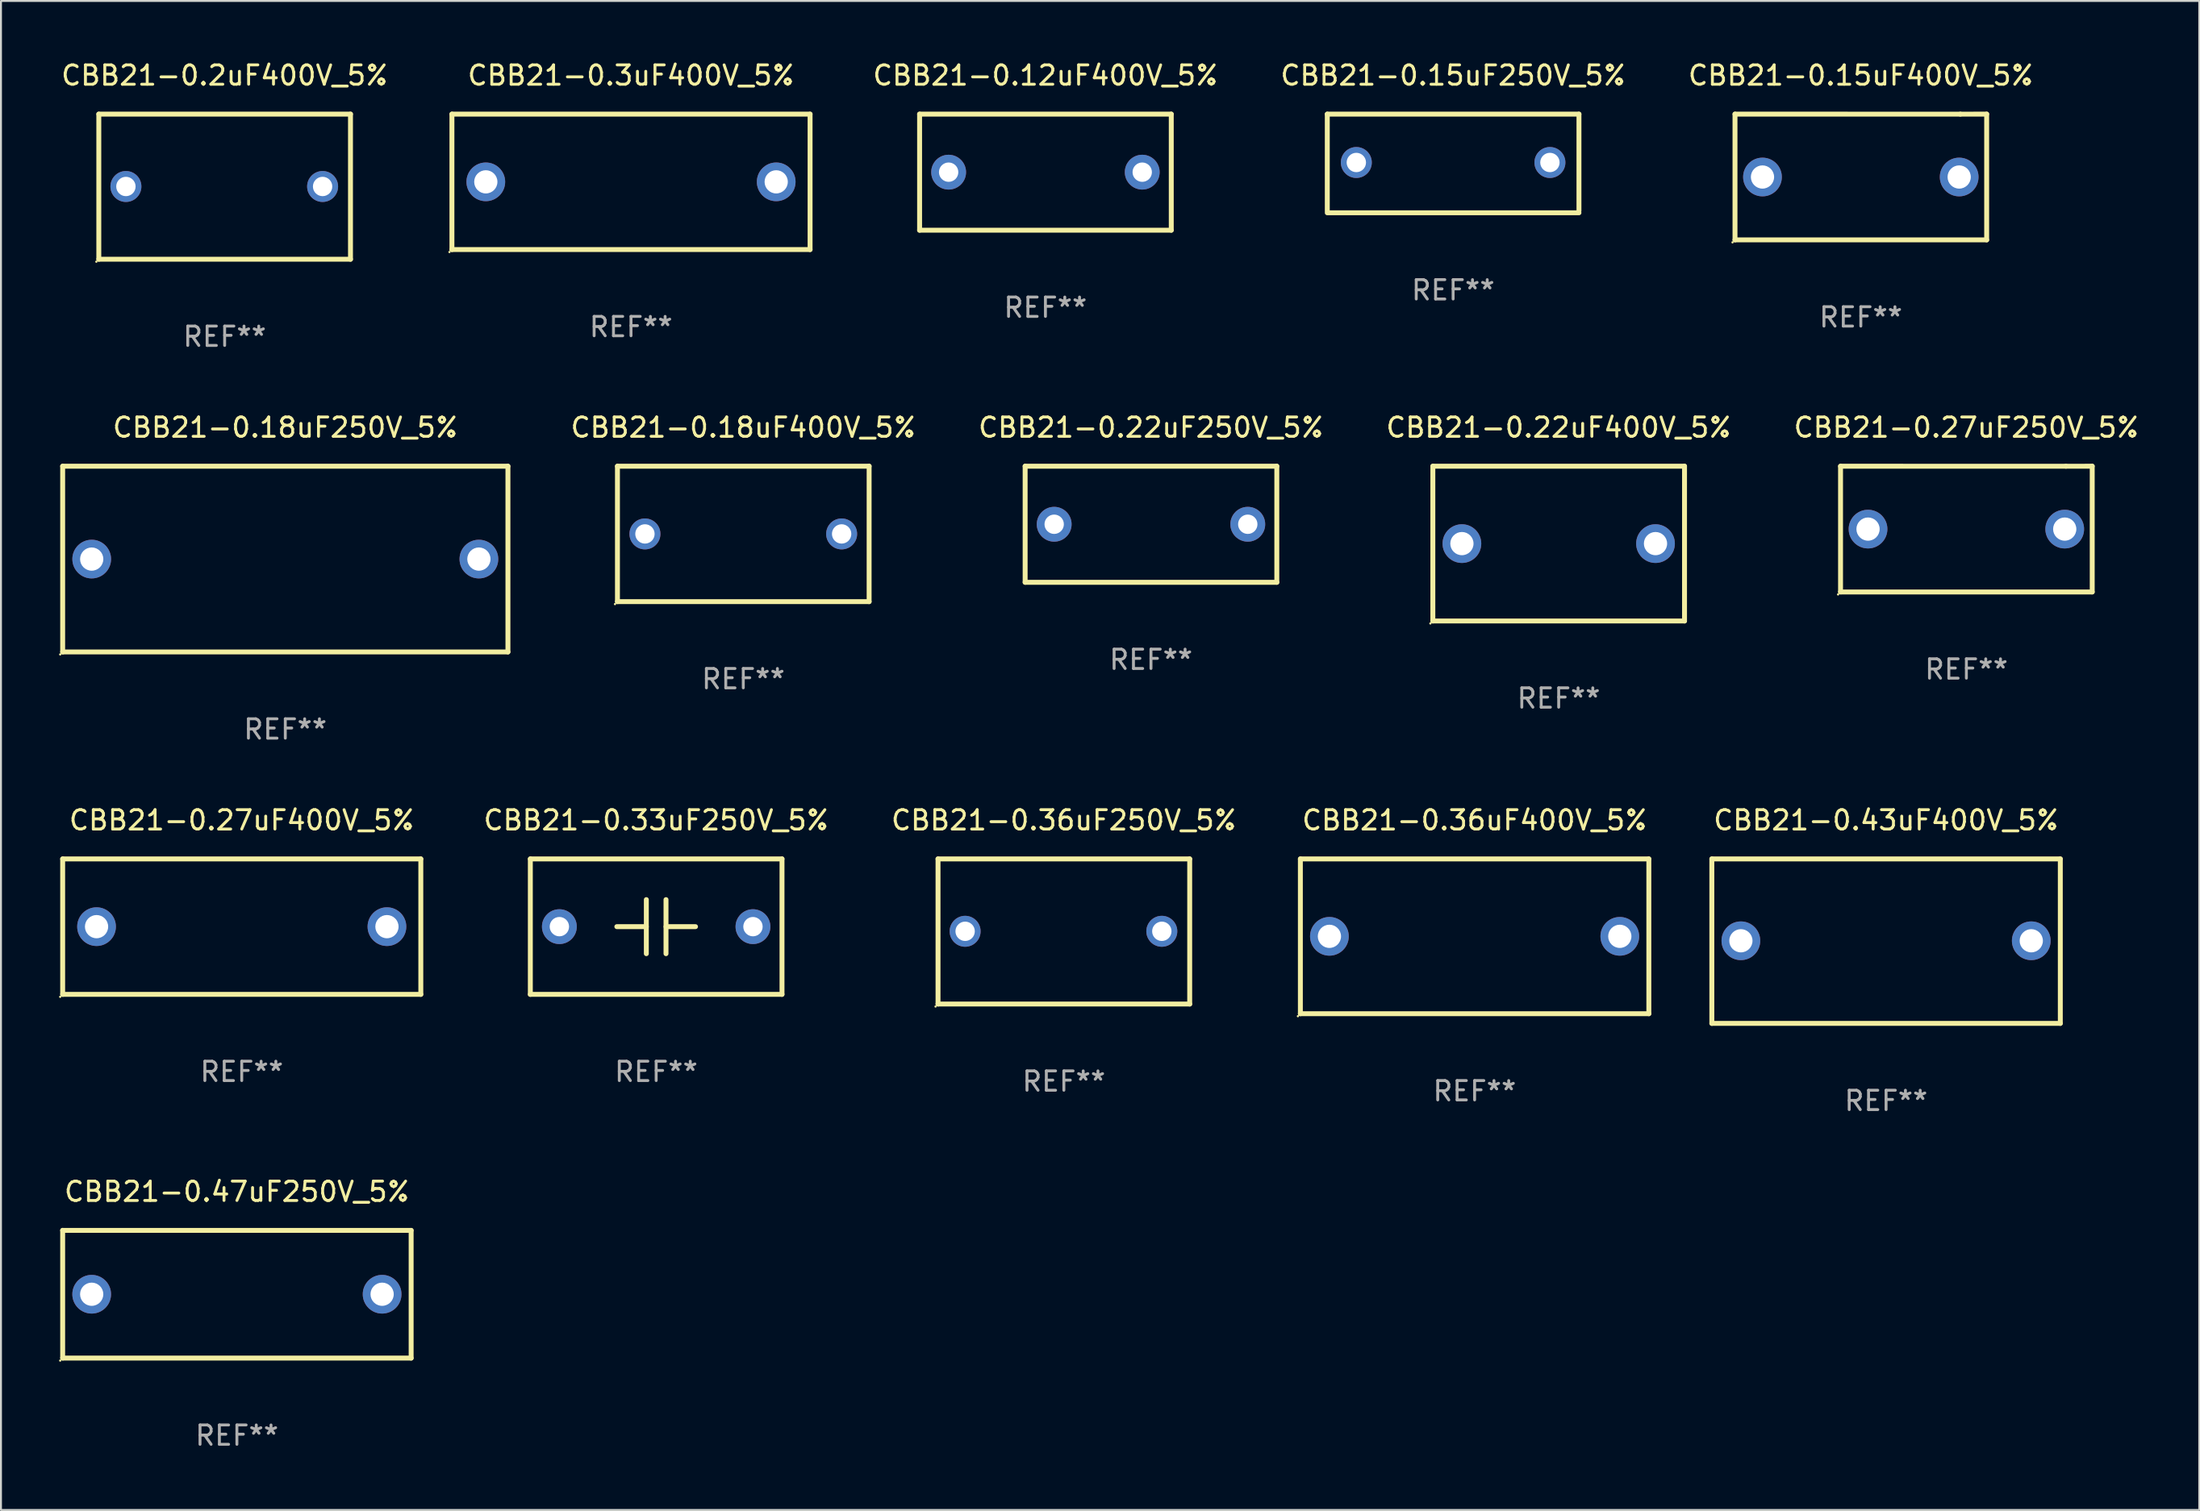
<source format=kicad_pcb>
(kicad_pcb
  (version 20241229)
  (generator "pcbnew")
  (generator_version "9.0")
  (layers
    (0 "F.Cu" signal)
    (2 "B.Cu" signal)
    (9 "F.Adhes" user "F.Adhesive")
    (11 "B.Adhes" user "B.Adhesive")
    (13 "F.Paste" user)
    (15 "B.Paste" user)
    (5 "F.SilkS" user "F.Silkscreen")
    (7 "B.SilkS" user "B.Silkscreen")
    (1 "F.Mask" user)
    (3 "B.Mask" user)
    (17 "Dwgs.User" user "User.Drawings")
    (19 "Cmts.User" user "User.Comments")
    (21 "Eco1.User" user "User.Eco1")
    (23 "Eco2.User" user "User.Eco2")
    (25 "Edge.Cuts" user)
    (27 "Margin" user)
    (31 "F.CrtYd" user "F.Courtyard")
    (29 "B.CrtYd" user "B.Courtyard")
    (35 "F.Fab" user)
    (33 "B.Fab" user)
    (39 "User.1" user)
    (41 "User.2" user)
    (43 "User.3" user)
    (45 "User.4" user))
  (footprint "CBB21-0.15uF400V_5%"
    (layer "F.Cu")
    (at 93.07 6.098)
    (property "Reference" "CBB21-0.15uF400V_5%" (at 0 -5.25 0) (layer "F.SilkS") (effects (font (size 1 1) (thickness 0.15))))
    (attr through_hole)
    (fp_line (start -6.5 -3.25) (end 5.141 -3.249) (stroke (width 0.254) (type solid)) (layer "F.SilkS"))
    (fp_line (start -6.5 3.25) (end -6.5 -3.25) (stroke (width 0.254) (type solid)) (layer "F.SilkS"))
    (fp_line (start -6.5 3.25) (end 6.5 3.25) (stroke (width 0.254) (type solid)) (layer "F.SilkS"))
    (fp_line (start 5.141 -3.249) (end 6.5 -3.25) (stroke (width 0.254) (type solid)) (layer "F.SilkS"))
    (fp_line (start 6.5 -3.25) (end 6.5 3.25) (stroke (width 0.254) (type solid)) (layer "F.SilkS"))
    (fp_circle (center -6.627 3.377) (end -6.597 3.377) (stroke (width 0.06) (type solid)) (fill no) (layer "F.SilkS"))
    (fp_text user "REF**" (at 0 7.25 0) (layer "F.Fab") (effects (font (size 1 1) (thickness 0.15))))
    (pad "1" thru_hole circle (at -5.08 0) (size 2 2) (drill 1.2) (layers "*.Cu" "*.Mask"))
    (pad "2" thru_hole circle (at 5.08 0) (size 2 2) (drill 1.2) (layers "*.Cu" "*.Mask")))
  (footprint "CBB21-0.22uF250V_5%"
    (layer "F.Cu")
    (at 56.403 24.045)
    (property "Reference" "CBB21-0.22uF250V_5%" (at 0 -5 0) (layer "F.SilkS") (effects (font (size 1 1) (thickness 0.15))))
    (attr through_hole)
    (fp_line (start -6.5 -3) (end 6.5 -3) (stroke (width 0.254) (type solid)) (layer "F.SilkS"))
    (fp_line (start -6.5 3) (end -6.5 -3) (stroke (width 0.254) (type solid)) (layer "F.SilkS"))
    (fp_line (start 6.5 -3) (end 6.5 3) (stroke (width 0.254) (type solid)) (layer "F.SilkS"))
    (fp_line (start 6.5 3) (end -6.5 3) (stroke (width 0.254) (type solid)) (layer "F.SilkS"))
    (fp_circle (center -6.5 3) (end -6.47 3) (stroke (width 0.06) (type solid)) (fill no) (layer "F.SilkS"))
    (fp_text user "REF**" (at 0 7 0) (layer "F.Fab") (effects (font (size 1 1) (thickness 0.15))))
    (pad "1" thru_hole circle (at -5 0) (size 1.8 1.8) (drill 1) (layers "*.Cu" "*.Mask"))
    (pad "2" thru_hole circle (at 5 0) (size 1.8 1.8) (drill 1) (layers "*.Cu" "*.Mask")))
  (footprint "CBB21-0.22uF400V_5%"
    (layer "F.Cu")
    (at 77.463 25.045)
    (property "Reference" "CBB21-0.22uF400V_5%" (at 0 -6 0) (layer "F.SilkS") (effects (font (size 1 1) (thickness 0.15))))
    (attr through_hole)
    (fp_line (start -6.5 -4) (end -6.5 4) (stroke (width 0.254) (type solid)) (layer "F.SilkS"))
    (fp_line (start -6.5 -4) (end 6.5 -4) (stroke (width 0.254) (type solid)) (layer "F.SilkS"))
    (fp_line (start 6.5 4) (end -6.5 4) (stroke (width 0.254) (type solid)) (layer "F.SilkS"))
    (fp_line (start 6.5 4) (end 6.5 -4) (stroke (width 0.254) (type solid)) (layer "F.SilkS"))
    (fp_circle (center -6.627 4.127) (end -6.597 4.127) (stroke (width 0.06) (type solid)) (fill no) (layer "F.SilkS"))
    (fp_text user "REF**" (at 0 8 0) (layer "F.Fab") (effects (font (size 1 1) (thickness 0.15))))
    (pad "1" thru_hole circle (at -4.999 0) (size 2 2) (drill 1.2) (layers "*.Cu" "*.Mask"))
    (pad "2" thru_hole circle (at 5.001 0) (size 2 2) (drill 1.2) (layers "*.Cu" "*.Mask")))
  (footprint "CBB21-0.33uF250V_5%"
    (layer "F.Cu")
    (at 30.844 44.842)
    (property "Reference" "CBB21-0.33uF250V_5%" (at 0 -5.5 0) (layer "F.SilkS") (effects (font (size 1 1) (thickness 0.15))))
    (attr through_hole)
    (fp_line (start -6.5 -3.5) (end -6.5 3.5) (stroke (width 0.254) (type solid)) (layer "F.SilkS"))
    (fp_line (start -6.5 -3.5) (end 6.5 -3.5) (stroke (width 0.254) (type solid)) (layer "F.SilkS"))
    (fp_line (start -6.5 3.5) (end 6.5 3.5) (stroke (width 0.254) (type solid)) (layer "F.SilkS"))
    (fp_line (start -0.508 -0.000025) (end -2.032 -0.000025) (stroke (width 0.254) (type solid)) (layer "F.SilkS"))
    (fp_line (start -0.508 1.397) (end -0.508 -1.397) (stroke (width 0.254) (type solid)) (layer "F.SilkS"))
    (fp_line (start 0.508 -1.397) (end 0.508 1.397) (stroke (width 0.254) (type solid)) (layer "F.SilkS"))
    (fp_line (start 0.508 0.000025) (end 2.032 0.000025) (stroke (width 0.254) (type solid)) (layer "F.SilkS"))
    (fp_line (start 6.5 -3.5) (end 6.5 3.5) (stroke (width 0.254) (type solid)) (layer "F.SilkS"))
    (fp_circle (center -6.5 3.5) (end -6.47 3.5) (stroke (width 0.06) (type solid)) (fill no) (layer "F.SilkS"))
    (fp_text user "REF**" (at 0 7.5 0) (layer "F.Fab") (effects (font (size 1 1) (thickness 0.15))))
    (pad "1" thru_hole circle (at -5 0.000025) (size 1.8 1.8) (drill 1) (layers "*.Cu" "*.Mask"))
    (pad "2" thru_hole circle (at 5 0) (size 1.8 1.8) (drill 1) (layers "*.Cu" "*.Mask")))
  (footprint "CBB21-0.36uF400V_5%"
    (layer "F.Cu")
    (at 73.12 45.342)
    (property "Reference" "CBB21-0.36uF400V_5%" (at 0 -6 0) (layer "F.SilkS") (effects (font (size 1 1) (thickness 0.15))))
    (attr through_hole)
    (fp_line (start -9 -4) (end 9 -4) (stroke (width 0.254) (type solid)) (layer "F.SilkS"))
    (fp_line (start -9 4) (end -9 -4) (stroke (width 0.254) (type solid)) (layer "F.SilkS"))
    (fp_line (start 9 -4) (end 9 4) (stroke (width 0.254) (type solid)) (layer "F.SilkS"))
    (fp_line (start 9 4) (end -9 4) (stroke (width 0.254) (type solid)) (layer "F.SilkS"))
    (fp_circle (center -9.127 4.127) (end -9.097 4.127) (stroke (width 0.06) (type solid)) (fill no) (layer "F.SilkS"))
    (fp_text user "REF**" (at 0 8 0) (layer "F.Fab") (effects (font (size 1 1) (thickness 0.15))))
    (pad "1" thru_hole circle (at -7.5 0) (size 2 2) (drill 1.2) (layers "*.Cu" "*.Mask"))
    (pad "2" thru_hole circle (at 7.5 0) (size 2 2) (drill 1.2) (layers "*.Cu" "*.Mask")))
  (footprint "CBB21-0.18uF400V_5%"
    (layer "F.Cu")
    (at 35.344 24.545)
    (property "Reference" "CBB21-0.18uF400V_5%" (at 0 -5.5 0) (layer "F.SilkS") (effects (font (size 1 1) (thickness 0.15))))
    (attr through_hole)
    (fp_line (start -6.5 -3.5) (end 6.5 -3.5) (stroke (width 0.254) (type solid)) (layer "F.SilkS"))
    (fp_line (start -6.5 3.5) (end -6.5 -3.5) (stroke (width 0.254) (type solid)) (layer "F.SilkS"))
    (fp_line (start 6.5 -3.5) (end 6.5 3.5) (stroke (width 0.254) (type solid)) (layer "F.SilkS"))
    (fp_line (start 6.5 3.5) (end -6.5 3.5) (stroke (width 0.254) (type solid)) (layer "F.SilkS"))
    (fp_circle (center -6.627 3.627) (end -6.597 3.627) (stroke (width 0.06) (type solid)) (fill no) (layer "F.SilkS"))
    (fp_text user "REF**" (at 0 7.5 0) (layer "F.Fab") (effects (font (size 1 1) (thickness 0.15))))
    (pad "1" thru_hole circle (at -5.08 -0.000127) (size 1.6 1.6) (drill 1) (layers "*.Cu" "*.Mask"))
    (pad "2" thru_hole circle (at 5.08 -0.000127) (size 1.6 1.6) (drill 1) (layers "*.Cu" "*.Mask")))
  (footprint "CBB21-0.27uF250V_5%"
    (layer "F.Cu")
    (at 98.522 24.295)
    (property "Reference" "CBB21-0.27uF250V_5%" (at 0 -5.25 0) (layer "F.SilkS") (effects (font (size 1 1) (thickness 0.15))))
    (attr through_hole)
    (fp_line (start -6.5 -3.25) (end 5.141 -3.249) (stroke (width 0.254) (type solid)) (layer "F.SilkS"))
    (fp_line (start -6.5 3.25) (end -6.5 -3.25) (stroke (width 0.254) (type solid)) (layer "F.SilkS"))
    (fp_line (start -6.5 3.25) (end 6.5 3.25) (stroke (width 0.254) (type solid)) (layer "F.SilkS"))
    (fp_line (start 5.141 -3.249) (end 6.5 -3.25) (stroke (width 0.254) (type solid)) (layer "F.SilkS"))
    (fp_line (start 6.5 -3.25) (end 6.5 3.25) (stroke (width 0.254) (type solid)) (layer "F.SilkS"))
    (fp_circle (center -6.627 3.377) (end -6.597 3.377) (stroke (width 0.06) (type solid)) (fill no) (layer "F.SilkS"))
    (fp_text user "REF**" (at 0 7.25 0) (layer "F.Fab") (effects (font (size 1 1) (thickness 0.15))))
    (pad "1" thru_hole circle (at -5.08 0) (size 2 2) (drill 1.2) (layers "*.Cu" "*.Mask"))
    (pad "2" thru_hole circle (at 5.08 0) (size 2 2) (drill 1.2) (layers "*.Cu" "*.Mask")))
  (footprint "CBB21-0.18uF250V_5%"
    (layer "F.Cu")
    (at 11.687 25.845)
    (property "Reference" "CBB21-0.18uF250V_5%" (at 0 -6.8 0) (layer "F.SilkS") (effects (font (size 1 1) (thickness 0.15))))
    (attr through_hole)
    (fp_line (start -11.5 -4.8) (end -11.5 4.8) (stroke (width 0.254) (type solid)) (layer "F.SilkS"))
    (fp_line (start -11.5 -4.8) (end 11.5 -4.8) (stroke (width 0.254) (type solid)) (layer "F.SilkS"))
    (fp_line (start -11.5 4.8) (end 11.5 4.8) (stroke (width 0.254) (type solid)) (layer "F.SilkS"))
    (fp_line (start 11.5 -4.8) (end 11.5 4.8) (stroke (width 0.254) (type solid)) (layer "F.SilkS"))
    (fp_circle (center -11.627 4.927) (end -11.597 4.927) (stroke (width 0.06) (type solid)) (fill no) (layer "F.SilkS"))
    (fp_text user "REF**" (at 0 8.8 0) (layer "F.Fab") (effects (font (size 1 1) (thickness 0.15))))
    (pad "1" thru_hole circle (at -10 0) (size 2 2) (drill 1.2) (layers "*.Cu" "*.Mask"))
    (pad "2" thru_hole circle (at 10 0) (size 2 2) (drill 1.2) (layers "*.Cu" "*.Mask")))
  (footprint "CBB21-0.43uF400V_5%"
    (layer "F.Cu")
    (at 94.374 45.592)
    (property "Reference" "CBB21-0.43uF400V_5%" (at 0 -6.25 0) (layer "F.SilkS") (effects (font (size 1 1) (thickness 0.15))))
    (attr through_hole)
    (fp_line (start -9 -4.25) (end -9 4.25) (stroke (width 0.254) (type solid)) (layer "F.SilkS"))
    (fp_line (start -9 -4.25) (end 9 -4.25) (stroke (width 0.254) (type solid)) (layer "F.SilkS"))
    (fp_line (start -9 4.25) (end 9 4.25) (stroke (width 0.254) (type solid)) (layer "F.SilkS"))
    (fp_line (start 9 -4.25) (end 9 4.25) (stroke (width 0.254) (type solid)) (layer "F.SilkS"))
    (fp_circle (center -9 4.23) (end -8.97 4.23) (stroke (width 0.06) (type solid)) (fill no) (layer "F.SilkS"))
    (fp_text user "REF**" (at 0 8.25 0) (layer "F.Fab") (effects (font (size 1 1) (thickness 0.15))))
    (pad "1" thru_hole circle (at -7.5 -0.02) (size 2 2) (drill 1.2) (layers "*.Cu" "*.Mask"))
    (pad "2" thru_hole circle (at 7.5 -0.02) (size 2 2) (drill 1.2) (layers "*.Cu" "*.Mask")))
  (footprint "CBB21-0.15uF250V_5%"
    (layer "F.Cu")
    (at 72.01 5.398)
    (property "Reference" "CBB21-0.15uF250V_5%" (at 0 -4.55 0) (layer "F.SilkS") (effects (font (size 1 1) (thickness 0.15))))
    (attr through_hole)
    (fp_line (start -6.5 -2.55) (end 6.5 -2.55) (stroke (width 0.254) (type solid)) (layer "F.SilkS"))
    (fp_line (start -6.5 2.45) (end -6.5 -2.55) (stroke (width 0.254) (type solid)) (layer "F.SilkS"))
    (fp_line (start 6.5 -2.55) (end 6.5 2.45) (stroke (width 0.254) (type solid)) (layer "F.SilkS"))
    (fp_line (start 6.5 2.55) (end -6.5 2.55) (stroke (width 0.254) (type solid)) (layer "F.SilkS"))
    (fp_circle (center -6.5 2.45) (end -6.47 2.45) (stroke (width 0.06) (type solid)) (fill no) (layer "F.SilkS"))
    (fp_text user "REF**" (at 0 6.55 0) (layer "F.Fab") (effects (font (size 1 1) (thickness 0.15))))
    (pad "1" thru_hole circle (at -5 -0.05) (size 1.6 1.6) (drill 1) (layers "*.Cu" "*.Mask"))
    (pad "2" thru_hole circle (at 5 -0.05) (size 1.6 1.6) (drill 1) (layers "*.Cu" "*.Mask")))
  (footprint "CBB21-0.2uF400V_5%"
    (layer "F.Cu")
    (at 8.554 6.598)
    (property "Reference" "CBB21-0.2uF400V_5%" (at 0 -5.75 0) (layer "F.SilkS") (effects (font (size 1 1) (thickness 0.15))))
    (attr through_hole)
    (fp_line (start -6.5 -3.75) (end 6.5 -3.75) (stroke (width 0.254) (type solid)) (layer "F.SilkS"))
    (fp_line (start -6.5 3.75) (end -6.5 -3.75) (stroke (width 0.254) (type solid)) (layer "F.SilkS"))
    (fp_line (start 6.5 -3.75) (end 6.5 3.75) (stroke (width 0.254) (type solid)) (layer "F.SilkS"))
    (fp_line (start 6.5 3.75) (end -6.5 3.75) (stroke (width 0.254) (type solid)) (layer "F.SilkS"))
    (fp_circle (center -6.627 3.877) (end -6.597 3.877) (stroke (width 0.06) (type solid)) (fill no) (layer "F.SilkS"))
    (fp_text user "REF**" (at 0 7.75 0) (layer "F.Fab") (effects (font (size 1 1) (thickness 0.15))))
    (pad "1" thru_hole circle (at -5.1 -0.01) (size 1.6 1.6) (drill 1) (layers "*.Cu" "*.Mask"))
    (pad "2" thru_hole circle (at 5.06 -0.01) (size 1.6 1.6) (drill 1) (layers "*.Cu" "*.Mask")))
  (footprint "CBB21-0.3uF400V_5%"
    (layer "F.Cu")
    (at 29.544 6.348)
    (property "Reference" "CBB21-0.3uF400V_5%" (at 0 -5.5 0) (layer "F.SilkS") (effects (font (size 1 1) (thickness 0.15))))
    (attr through_hole)
    (fp_line (start -9.25 -3.5) (end 9.25 -3.5) (stroke (width 0.254) (type solid)) (layer "F.SilkS"))
    (fp_line (start -9.25 3.5) (end -9.25 -3.5) (stroke (width 0.254) (type solid)) (layer "F.SilkS"))
    (fp_line (start 9.25 -3.5) (end 9.25 3.5) (stroke (width 0.254) (type solid)) (layer "F.SilkS"))
    (fp_line (start 9.25 3.5) (end -9.25 3.5) (stroke (width 0.254) (type solid)) (layer "F.SilkS"))
    (fp_circle (center -9.377 3.627) (end -9.347 3.627) (stroke (width 0.06) (type solid)) (fill no) (layer "F.SilkS"))
    (fp_text user "REF**" (at 0 7.5 0) (layer "F.Fab") (effects (font (size 1 1) (thickness 0.15))))
    (pad "1" thru_hole circle (at -7.5 0) (size 2 2) (drill 1.2) (layers "*.Cu" "*.Mask"))
    (pad "2" thru_hole circle (at 7.5 0) (size 2 2) (drill 1.2) (layers "*.Cu" "*.Mask")))
  (footprint "CBB21-0.12uF400V_5%"
    (layer "F.Cu")
    (at 50.951 5.848)
    (property "Reference" "CBB21-0.12uF400V_5%" (at 0 -5 0) (layer "F.SilkS") (effects (font (size 1 1) (thickness 0.15))))
    (attr through_hole)
    (fp_line (start -6.5 -3) (end 6.5 -3) (stroke (width 0.254) (type solid)) (layer "F.SilkS"))
    (fp_line (start -6.5 3) (end -6.5 -3) (stroke (width 0.254) (type solid)) (layer "F.SilkS"))
    (fp_line (start 6.5 -3) (end 6.5 3) (stroke (width 0.254) (type solid)) (layer "F.SilkS"))
    (fp_line (start 6.5 3) (end -6.5 3) (stroke (width 0.254) (type solid)) (layer "F.SilkS"))
    (fp_circle (center -6.5 3) (end -6.47 3) (stroke (width 0.06) (type solid)) (fill no) (layer "F.SilkS"))
    (fp_text user "REF**" (at 0 7 0) (layer "F.Fab") (effects (font (size 1 1) (thickness 0.15))))
    (pad "1" thru_hole circle (at -5 0) (size 1.8 1.8) (drill 1) (layers "*.Cu" "*.Mask"))
    (pad "2" thru_hole circle (at 5 0) (size 1.8 1.8) (drill 1) (layers "*.Cu" "*.Mask")))
  (footprint "CBB21-0.27uF400V_5%"
    (layer "F.Cu")
    (at 9.437 44.842)
    (property "Reference" "CBB21-0.27uF400V_5%" (at 0 -5.5 0) (layer "F.SilkS") (effects (font (size 1 1) (thickness 0.15))))
    (attr through_hole)
    (fp_line (start -9.25 -3.5) (end 9.25 -3.5) (stroke (width 0.254) (type solid)) (layer "F.SilkS"))
    (fp_line (start -9.25 3.5) (end -9.25 -3.5) (stroke (width 0.254) (type solid)) (layer "F.SilkS"))
    (fp_line (start 9.25 -3.5) (end 9.25 3.5) (stroke (width 0.254) (type solid)) (layer "F.SilkS"))
    (fp_line (start 9.25 3.5) (end -9.25 3.5) (stroke (width 0.254) (type solid)) (layer "F.SilkS"))
    (fp_circle (center -9.377 3.627) (end -9.347 3.627) (stroke (width 0.06) (type solid)) (fill no) (layer "F.SilkS"))
    (fp_text user "REF**" (at 0 7.5 0) (layer "F.Fab") (effects (font (size 1 1) (thickness 0.15))))
    (pad "1" thru_hole circle (at -7.5 0) (size 2 2) (drill 1.2) (layers "*.Cu" "*.Mask"))
    (pad "2" thru_hole circle (at 7.5 0) (size 2 2) (drill 1.2) (layers "*.Cu" "*.Mask")))
  (footprint "CBB21-0.47uF250V_5%"
    (layer "F.Cu")
    (at 9.187 63.84)
    (property "Reference" "CBB21-0.47uF250V_5%" (at 0 -5.302 0) (layer "F.SilkS") (effects (font (size 1 1) (thickness 0.15))))
    (attr through_hole)
    (fp_line (start -9 -3.302) (end -9 3.3) (stroke (width 0.254) (type solid)) (layer "F.SilkS"))
    (fp_line (start -9 -3.3) (end 9 -3.3) (stroke (width 0.254) (type solid)) (layer "F.SilkS"))
    (fp_line (start 9 3.3) (end -9 3.3) (stroke (width 0.254) (type solid)) (layer "F.SilkS"))
    (fp_line (start 9 3.302) (end 9 -3.3) (stroke (width 0.254) (type solid)) (layer "F.SilkS"))
    (fp_circle (center -9.127 3.429) (end -9.097 3.429) (stroke (width 0.06) (type solid)) (fill no) (layer "F.SilkS"))
    (fp_text user "REF**" (at 0 7.302 0) (layer "F.Fab") (effects (font (size 1 1) (thickness 0.15))))
    (pad "1" thru_hole circle (at -7.501 0) (size 2 2) (drill 1.2) (layers "*.Cu" "*.Mask"))
    (pad "2" thru_hole circle (at 7.501 0) (size 2 2) (drill 1.2) (layers "*.Cu" "*.Mask")))
  (footprint "CBB21-0.36uF250V_5%"
    (layer "F.Cu")
    (at 51.903 45.092)
    (property "Reference" "CBB21-0.36uF250V_5%" (at 0 -5.75 0) (layer "F.SilkS") (effects (font (size 1 1) (thickness 0.15))))
    (attr through_hole)
    (fp_line (start -6.5 -3.75) (end 6.5 -3.75) (stroke (width 0.254) (type solid)) (layer "F.SilkS"))
    (fp_line (start -6.5 3.75) (end -6.5 -3.75) (stroke (width 0.254) (type solid)) (layer "F.SilkS"))
    (fp_line (start 6.5 -3.75) (end 6.5 3.75) (stroke (width 0.254) (type solid)) (layer "F.SilkS"))
    (fp_line (start 6.5 3.75) (end -6.5 3.75) (stroke (width 0.254) (type solid)) (layer "F.SilkS"))
    (fp_circle (center -6.627 3.877) (end -6.597 3.877) (stroke (width 0.06) (type solid)) (fill no) (layer "F.SilkS"))
    (fp_text user "REF**" (at 0 7.75 0) (layer "F.Fab") (effects (font (size 1 1) (thickness 0.15))))
    (pad "1" thru_hole circle (at -5.1 -0.01) (size 1.6 1.6) (drill 1) (layers "*.Cu" "*.Mask"))
    (pad "2" thru_hole circle (at 5.06 -0.01) (size 1.6 1.6) (drill 1) (layers "*.Cu" "*.Mask")))
  (gr_rect
    (start -3 -3)
    (end 110.552 74.991)
    (stroke (width 0.1) (type default))
    (fill no)
    (layer "Edge.Cuts")))
</source>
